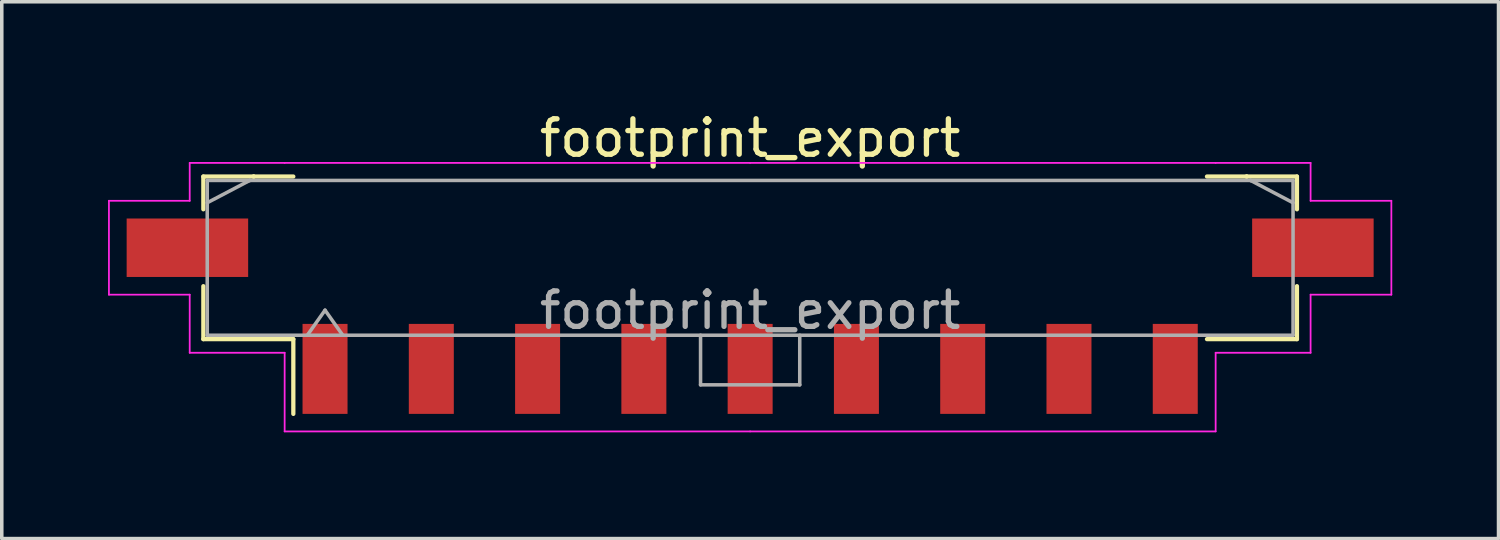
<source format=kicad_pcb>
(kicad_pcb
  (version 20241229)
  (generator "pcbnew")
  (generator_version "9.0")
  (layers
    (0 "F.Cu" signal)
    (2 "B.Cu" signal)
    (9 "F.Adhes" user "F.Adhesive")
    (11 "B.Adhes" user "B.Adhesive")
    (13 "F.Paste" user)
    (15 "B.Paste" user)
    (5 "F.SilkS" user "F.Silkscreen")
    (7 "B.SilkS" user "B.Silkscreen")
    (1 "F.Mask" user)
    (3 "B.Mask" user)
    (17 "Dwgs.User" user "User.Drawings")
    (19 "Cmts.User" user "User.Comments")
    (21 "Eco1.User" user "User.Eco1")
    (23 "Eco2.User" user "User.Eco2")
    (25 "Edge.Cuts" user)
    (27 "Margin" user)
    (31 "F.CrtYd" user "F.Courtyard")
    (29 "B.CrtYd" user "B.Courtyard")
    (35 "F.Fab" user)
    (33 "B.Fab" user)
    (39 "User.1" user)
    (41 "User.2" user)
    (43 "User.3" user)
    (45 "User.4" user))
  (footprint "footprint_export"
    (layer "F.Cu")
    (at 18.125 4.228)
    (property "Reference" "footprint_export" (at 0 -3.38 0) (layer "F.SilkS") (effects (font (size 1 1) (thickness 0.15))))
    (attr smd)
    (fp_line (start -15.435 -2.295) (end -14.015 -2.295) (stroke (width 0.12) (type solid)) (layer "F.SilkS"))
    (fp_line (start -15.435 -1.37) (end -15.435 -2.295) (stroke (width 0.12) (type solid)) (layer "F.SilkS"))
    (fp_line (start -15.435 0.8) (end -15.435 2.295) (stroke (width 0.12) (type solid)) (layer "F.SilkS"))
    (fp_line (start -15.435 2.295) (end -12.895 2.295) (stroke (width 0.12) (type solid)) (layer "F.SilkS"))
    (fp_line (start -14.015 -2.295) (end -14.015 -2.295) (stroke (width 0.12) (type solid)) (layer "F.SilkS"))
    (fp_line (start -14.015 -2.295) (end -12.895 -2.295) (stroke (width 0.12) (type solid)) (layer "F.SilkS"))
    (fp_line (start -12.895 2.295) (end -12.895 4.405) (stroke (width 0.12) (type solid)) (layer "F.SilkS"))
    (fp_line (start 14.015 -2.295) (end 12.895 -2.295) (stroke (width 0.12) (type solid)) (layer "F.SilkS"))
    (fp_line (start 14.015 -2.295) (end 14.015 -2.295) (stroke (width 0.12) (type solid)) (layer "F.SilkS"))
    (fp_line (start 15.435 -2.295) (end 14.015 -2.295) (stroke (width 0.12) (type solid)) (layer "F.SilkS"))
    (fp_line (start 15.435 -1.37) (end 15.435 -2.295) (stroke (width 0.12) (type solid)) (layer "F.SilkS"))
    (fp_line (start 15.435 0.8) (end 15.435 2.295) (stroke (width 0.12) (type solid)) (layer "F.SilkS"))
    (fp_line (start 15.435 2.295) (end 12.895 2.295) (stroke (width 0.12) (type solid)) (layer "F.SilkS"))
    (fp_line (start -18.1 -1.61) (end -18.1 1.04) (stroke (width 0.05) (type solid)) (layer "F.CrtYd"))
    (fp_line (start -18.1 1.04) (end -15.82 1.04) (stroke (width 0.05) (type solid)) (layer "F.CrtYd"))
    (fp_line (start -15.82 -2.68) (end -15.82 -1.61) (stroke (width 0.05) (type solid)) (layer "F.CrtYd"))
    (fp_line (start -15.82 -1.61) (end -18.1 -1.61) (stroke (width 0.05) (type solid)) (layer "F.CrtYd"))
    (fp_line (start -15.82 1.04) (end -15.82 2.68) (stroke (width 0.05) (type solid)) (layer "F.CrtYd"))
    (fp_line (start -15.82 2.68) (end -13.14 2.68) (stroke (width 0.05) (type solid)) (layer "F.CrtYd"))
    (fp_line (start -13.14 -2.68) (end -15.82 -2.68) (stroke (width 0.05) (type solid)) (layer "F.CrtYd"))
    (fp_line (start -13.14 2.68) (end -13.14 4.9) (stroke (width 0.05) (type solid)) (layer "F.CrtYd"))
    (fp_line (start -13.14 4.9) (end 0 4.9) (stroke (width 0.05) (type solid)) (layer "F.CrtYd"))
    (fp_line (start 0 -2.68) (end -13.14 -2.68) (stroke (width 0.05) (type solid)) (layer "F.CrtYd"))
    (fp_line (start 0 -2.68) (end 13.14 -2.68) (stroke (width 0.05) (type solid)) (layer "F.CrtYd"))
    (fp_line (start 13.14 -2.68) (end 15.82 -2.68) (stroke (width 0.05) (type solid)) (layer "F.CrtYd"))
    (fp_line (start 13.14 2.68) (end 13.14 4.9) (stroke (width 0.05) (type solid)) (layer "F.CrtYd"))
    (fp_line (start 13.14 4.9) (end 0 4.9) (stroke (width 0.05) (type solid)) (layer "F.CrtYd"))
    (fp_line (start 15.82 -2.68) (end 15.82 -1.61) (stroke (width 0.05) (type solid)) (layer "F.CrtYd"))
    (fp_line (start 15.82 -1.61) (end 18.1 -1.61) (stroke (width 0.05) (type solid)) (layer "F.CrtYd"))
    (fp_line (start 15.82 1.04) (end 15.82 2.68) (stroke (width 0.05) (type solid)) (layer "F.CrtYd"))
    (fp_line (start 15.82 2.68) (end 13.14 2.68) (stroke (width 0.05) (type solid)) (layer "F.CrtYd"))
    (fp_line (start 18.1 -1.61) (end 18.1 1.04) (stroke (width 0.05) (type solid)) (layer "F.CrtYd"))
    (fp_line (start 18.1 1.04) (end 15.82 1.04) (stroke (width 0.05) (type solid)) (layer "F.CrtYd"))
    (fp_line (start -15.325 -2.185) (end -15.325 2.185) (stroke (width 0.1) (type solid)) (layer "F.Fab"))
    (fp_line (start -15.325 -1.555) (end -14.125 -2.185) (stroke (width 0.1) (type solid)) (layer "F.Fab"))
    (fp_line (start -15.325 2.185) (end 15.325 2.185) (stroke (width 0.1) (type solid)) (layer "F.Fab"))
    (fp_line (start -14.125 -2.185) (end -15.325 -2.185) (stroke (width 0.1) (type solid)) (layer "F.Fab"))
    (fp_line (start -14.125 -2.185) (end -14.125 -2.185) (stroke (width 0.1) (type solid)) (layer "F.Fab"))
    (fp_line (start -12.5 2.185) (end -12 1.478) (stroke (width 0.1) (type solid)) (layer "F.Fab"))
    (fp_line (start -12 1.478) (end -11.5 2.185) (stroke (width 0.1) (type solid)) (layer "F.Fab"))
    (fp_line (start -1.4 2.185) (end -1.4 3.585) (stroke (width 0.1) (type solid)) (layer "F.Fab"))
    (fp_line (start -1.4 3.585) (end 1.4 3.585) (stroke (width 0.1) (type solid)) (layer "F.Fab"))
    (fp_line (start 1.4 3.585) (end 1.4 2.185) (stroke (width 0.1) (type solid)) (layer "F.Fab"))
    (fp_line (start 14.125 -2.185) (end -14.125 -2.185) (stroke (width 0.1) (type solid)) (layer "F.Fab"))
    (fp_line (start 14.125 -2.185) (end 14.125 -2.185) (stroke (width 0.1) (type solid)) (layer "F.Fab"))
    (fp_line (start 15.325 -2.185) (end 14.125 -2.185) (stroke (width 0.1) (type solid)) (layer "F.Fab"))
    (fp_line (start 15.325 -1.555) (end 14.125 -2.185) (stroke (width 0.1) (type solid)) (layer "F.Fab"))
    (fp_line (start 15.325 2.185) (end 15.325 -2.185) (stroke (width 0.1) (type solid)) (layer "F.Fab"))
    (fp_text user "${REFERENCE}" (at 0 1.48 0) (layer "F.Fab") (effects (font (size 1 1) (thickness 0.15))))
    (pad "1" smd rect (at -12 3.135) (size 1.27 2.54) (layers "F.Cu" "F.Mask" "F.Paste"))
    (pad "2" smd rect (at -9 3.135) (size 1.27 2.54) (layers "F.Cu" "F.Mask" "F.Paste"))
    (pad "3" smd rect (at -6 3.135) (size 1.27 2.54) (layers "F.Cu" "F.Mask" "F.Paste"))
    (pad "4" smd rect (at -3 3.135) (size 1.27 2.54) (layers "F.Cu" "F.Mask" "F.Paste"))
    (pad "5" smd rect (at 0 3.135) (size 1.27 2.54) (layers "F.Cu" "F.Mask" "F.Paste"))
    (pad "6" smd rect (at 3 3.135) (size 1.27 2.54) (layers "F.Cu" "F.Mask" "F.Paste"))
    (pad "7" smd rect (at 6 3.135) (size 1.27 2.54) (layers "F.Cu" "F.Mask" "F.Paste"))
    (pad "8" smd rect (at 9 3.135) (size 1.27 2.54) (layers "F.Cu" "F.Mask" "F.Paste"))
    (pad "9" smd rect (at 12 3.135) (size 1.27 2.54) (layers "F.Cu" "F.Mask" "F.Paste"))
    (pad "MP" smd rect (at -15.885 -0.285) (size 3.43 1.65) (layers "F.Cu" "F.Mask" "F.Paste"))
    (pad "MP" smd rect (at 15.885 -0.285) (size 3.43 1.65) (layers "F.Cu" "F.Mask" "F.Paste")))
  (gr_rect
    (start -3 -3)
    (end 39.25 12.153)
    (stroke (width 0.1) (type default))
    (fill no)
    (layer "Edge.Cuts")))
</source>
